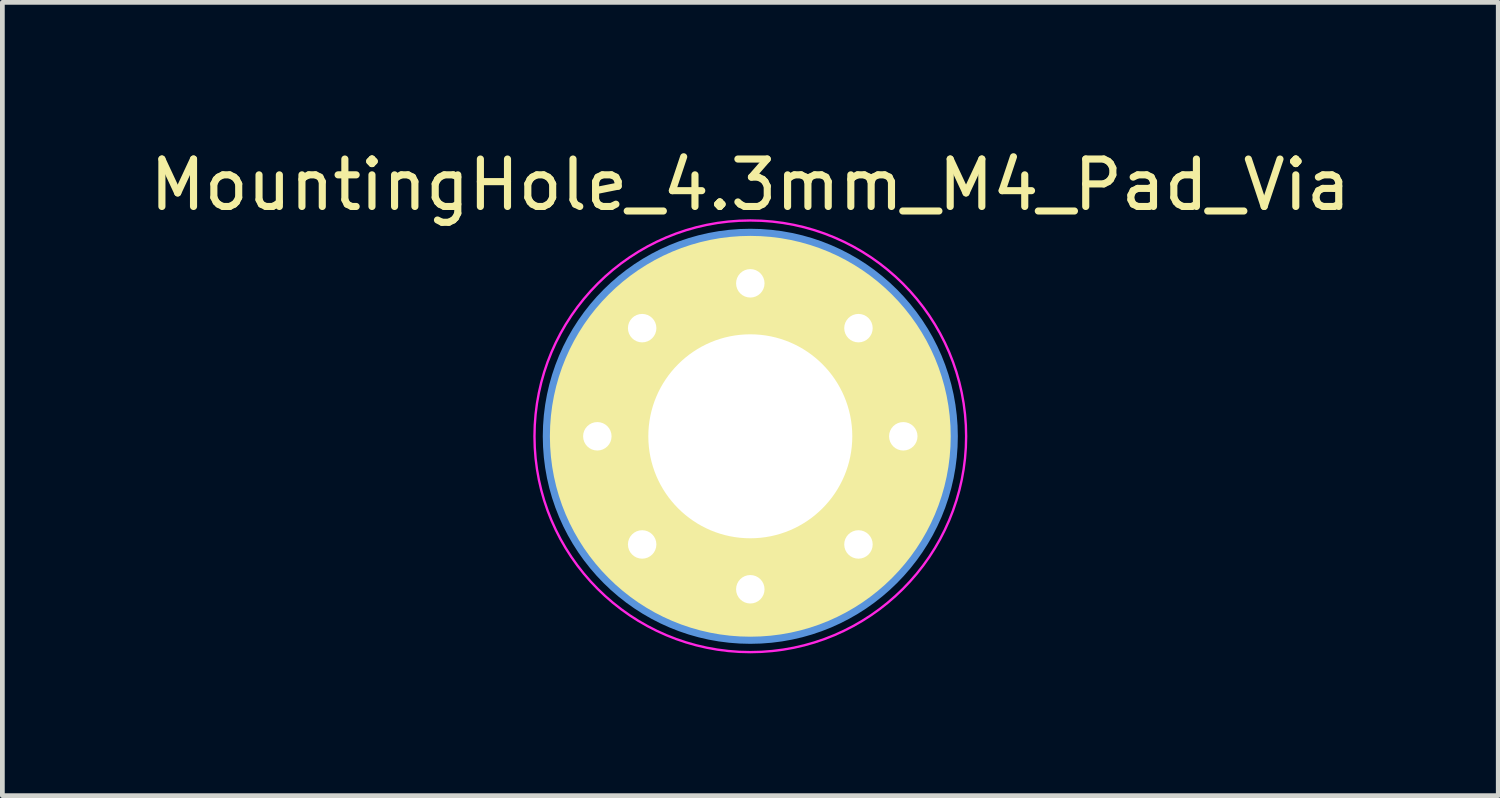
<source format=kicad_pcb>
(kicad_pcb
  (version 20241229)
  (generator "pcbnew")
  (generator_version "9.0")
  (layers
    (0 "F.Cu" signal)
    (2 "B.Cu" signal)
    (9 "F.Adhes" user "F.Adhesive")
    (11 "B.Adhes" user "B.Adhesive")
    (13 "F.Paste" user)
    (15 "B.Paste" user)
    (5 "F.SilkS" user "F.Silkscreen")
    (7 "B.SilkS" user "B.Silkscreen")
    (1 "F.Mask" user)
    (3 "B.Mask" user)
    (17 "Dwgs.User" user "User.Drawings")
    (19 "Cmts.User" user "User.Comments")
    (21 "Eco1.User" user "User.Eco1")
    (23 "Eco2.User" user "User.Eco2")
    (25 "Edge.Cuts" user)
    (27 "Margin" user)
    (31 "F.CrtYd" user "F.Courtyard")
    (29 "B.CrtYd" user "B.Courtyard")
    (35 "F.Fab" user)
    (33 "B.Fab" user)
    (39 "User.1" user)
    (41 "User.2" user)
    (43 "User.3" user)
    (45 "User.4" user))
  (footprint "MountingHole_4.3mm_M4_Pad_Via"
    (layer "F.Cu")
    (at 12.768 6.148)
    (property "Reference" "MountingHole_4.3mm_M4_Pad_Via" (at 0 -5.3 0) (layer "F.SilkS") (effects (font (size 1 1) (thickness 0.15))))
    (attr through_hole)
    (fp_circle (center 0 0) (end 4.3 0) (stroke (width 0.15) (type solid)) (fill no) (layer "Cmts.User"))
    (fp_circle (center 0 0) (end 4.55 0) (stroke (width 0.05) (type solid)) (fill no) (layer "F.CrtYd"))
    (pad "" thru_hole circle (at -3.225 0) (size 0.7 0.7) (drill 0.6) (layers "*.Cu" "*.Mask"))
    (pad "" thru_hole circle (at -2.28 -2.28) (size 0.7 0.7) (drill 0.6) (layers "*.Cu" "*.Mask"))
    (pad "" thru_hole circle (at -2.28 2.28) (size 0.7 0.7) (drill 0.6) (layers "*.Cu" "*.Mask"))
    (pad "" thru_hole circle (at 0 -3.225) (size 0.7 0.7) (drill 0.6) (layers "*.Cu" "*.Mask"))
    (pad "" thru_hole circle (at 0 3.225) (size 0.7 0.7) (drill 0.6) (layers "*.Cu" "*.Mask"))
    (pad "" thru_hole circle (at 2.28 -2.28) (size 0.7 0.7) (drill 0.6) (layers "*.Cu" "*.Mask"))
    (pad "" thru_hole circle (at 2.28 2.28) (size 0.7 0.7) (drill 0.6) (layers "*.Cu" "*.Mask"))
    (pad "" thru_hole circle (at 3.225 0) (size 0.7 0.7) (drill 0.6) (layers "*.Cu" "*.Mask"))
    (pad "1" thru_hole circle (at 0 0) (size 8.6 8.6) (drill 4.3) (layers "*.Cu" "*.Mask" "F.SilkS")))
  (gr_rect
    (start -3 -3)
    (end 28.536 13.723)
    (stroke (width 0.1) (type default))
    (fill no)
    (layer "Edge.Cuts")))
</source>
